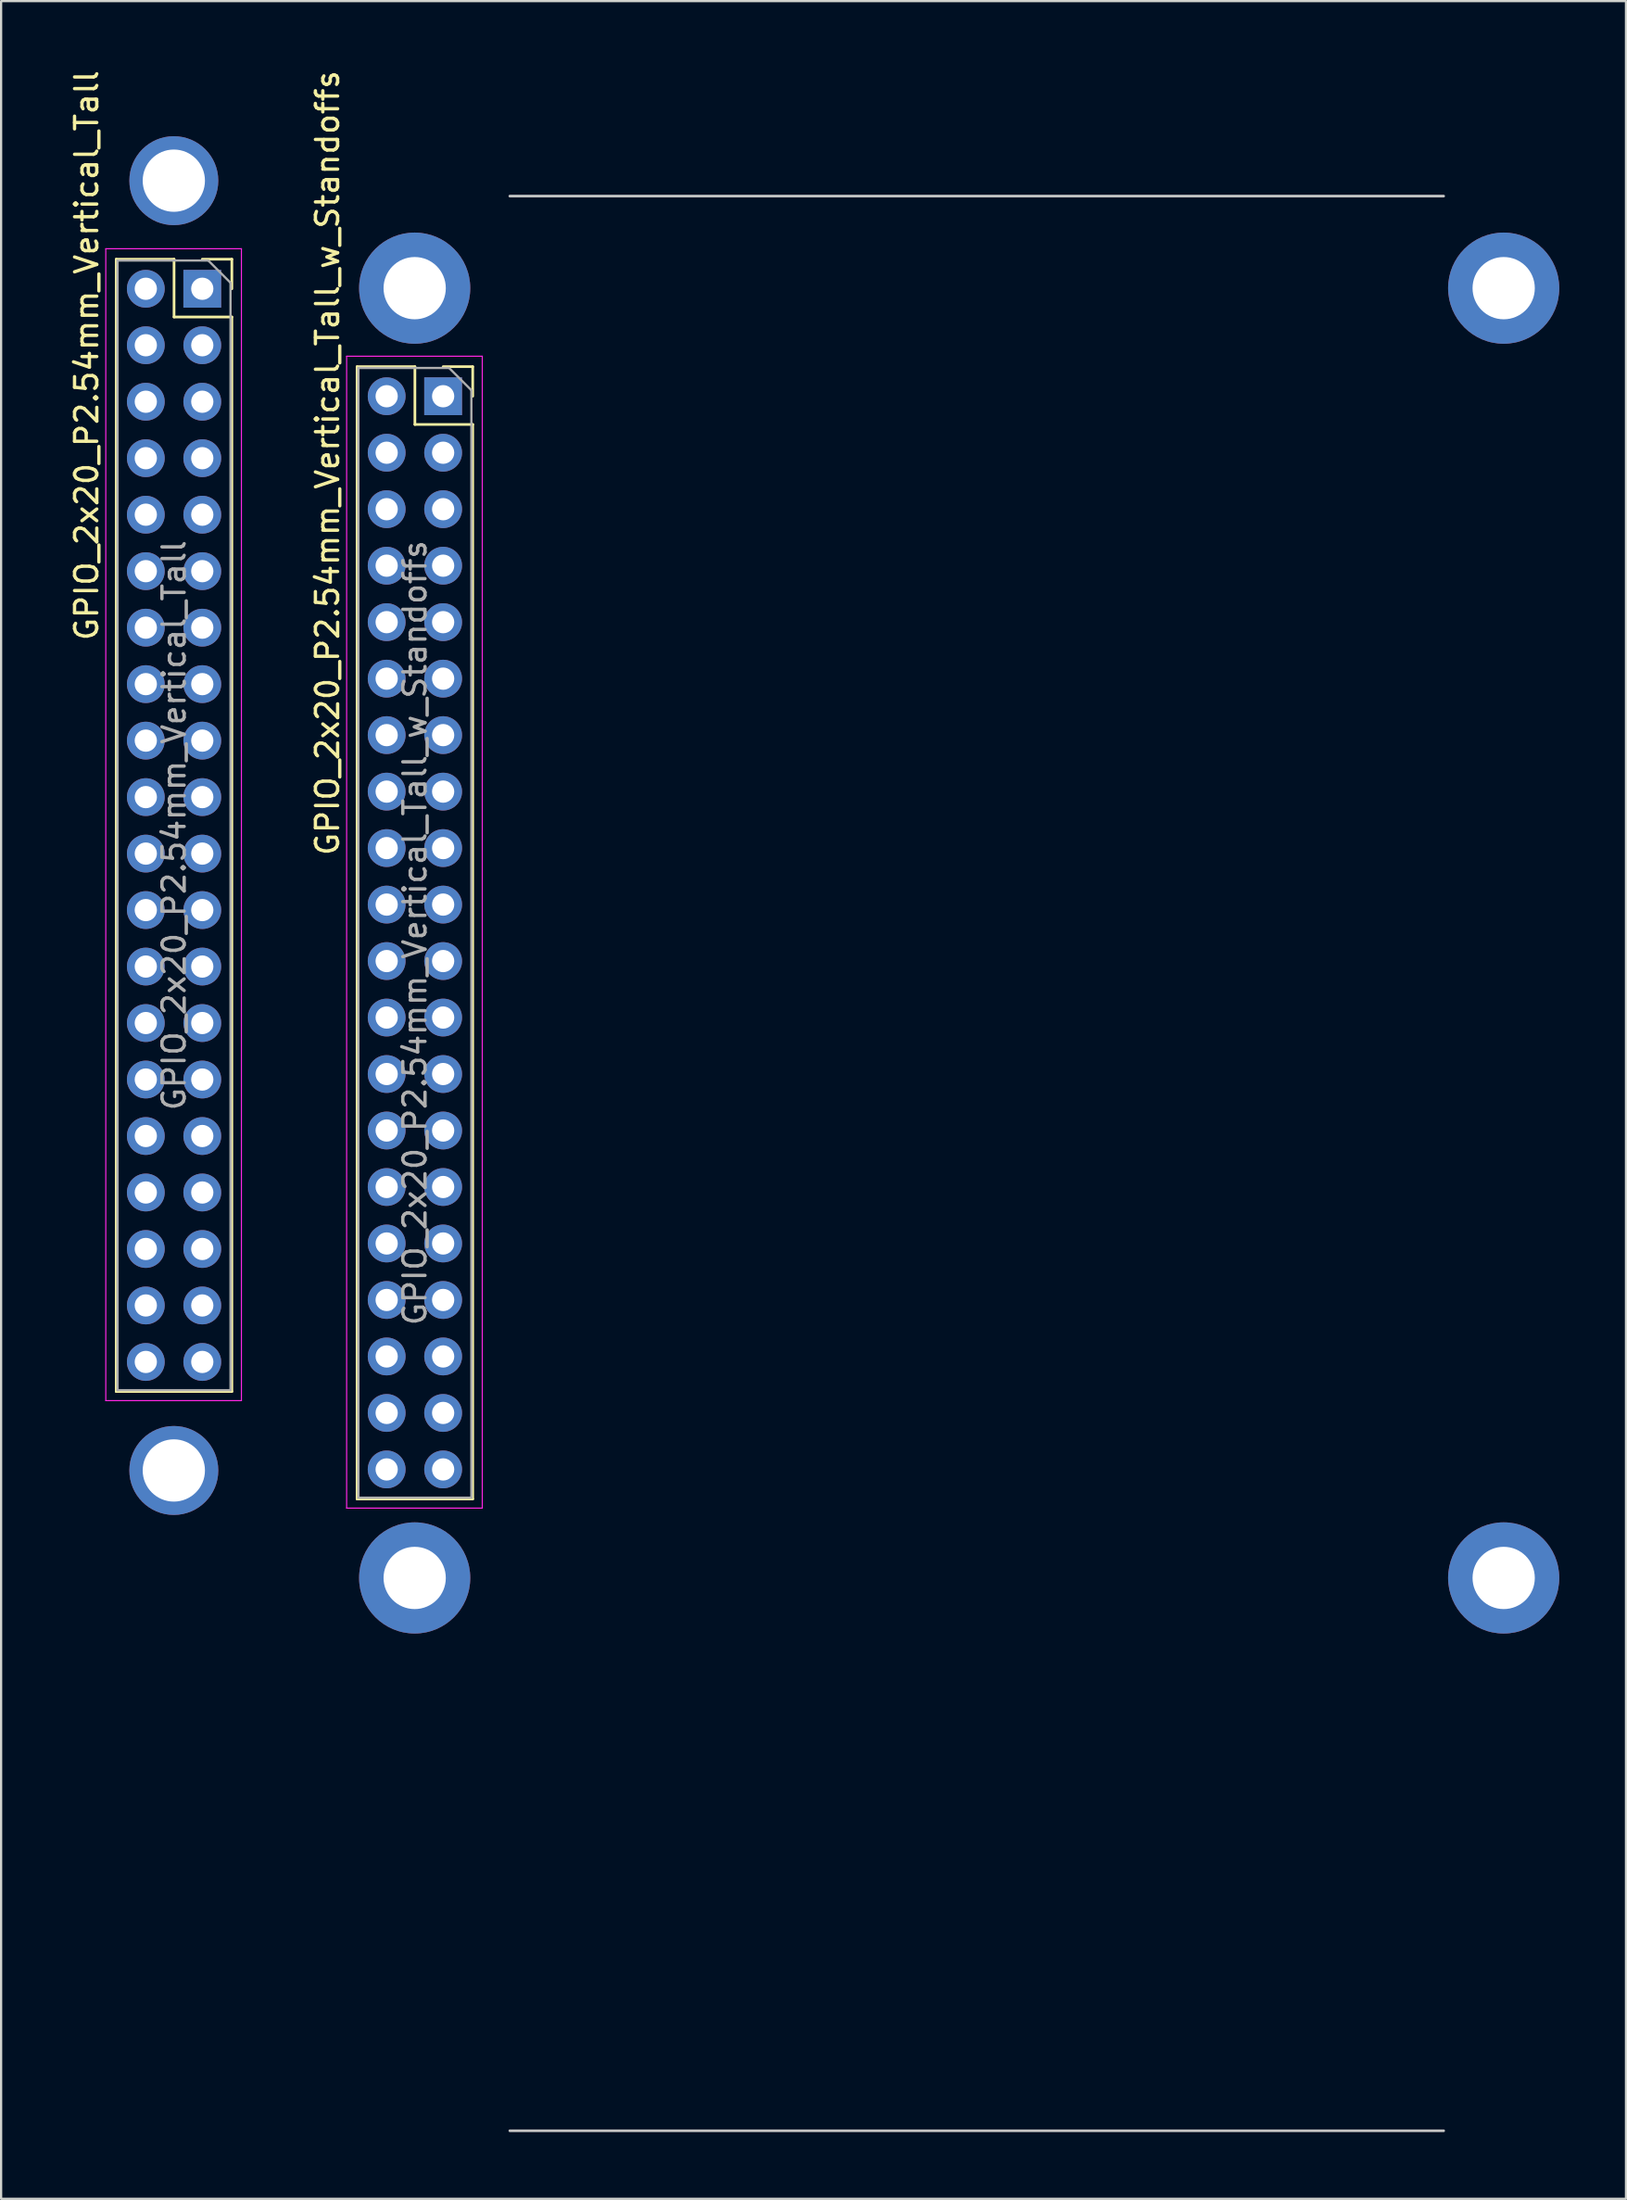
<source format=kicad_pcb>
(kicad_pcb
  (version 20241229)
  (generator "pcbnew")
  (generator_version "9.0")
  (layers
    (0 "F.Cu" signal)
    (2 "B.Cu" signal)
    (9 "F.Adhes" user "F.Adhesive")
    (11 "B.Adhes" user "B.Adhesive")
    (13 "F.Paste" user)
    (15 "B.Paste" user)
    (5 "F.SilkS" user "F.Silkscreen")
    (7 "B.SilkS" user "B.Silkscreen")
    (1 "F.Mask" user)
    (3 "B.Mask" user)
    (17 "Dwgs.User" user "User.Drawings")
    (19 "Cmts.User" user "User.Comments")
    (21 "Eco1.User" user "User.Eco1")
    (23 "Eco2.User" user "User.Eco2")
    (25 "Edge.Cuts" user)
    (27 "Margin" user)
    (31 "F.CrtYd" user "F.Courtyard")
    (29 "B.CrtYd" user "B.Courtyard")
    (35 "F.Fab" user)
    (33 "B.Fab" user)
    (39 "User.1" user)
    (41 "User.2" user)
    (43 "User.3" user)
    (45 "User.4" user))
  (footprint "GPIO_2x20_P2.54mm_Vertical_Tall"
    (layer "F.Cu")
    (at 6.048 9.935)
    (property "Reference" "GPIO_2x20_P2.54mm_Vertical_Tall" (at -5.2 3 90) (layer "F.SilkS") (effects (font (size 1 1) (thickness 0.15))))
    (attr through_hole)
    (fp_line (start -3.87 -1.33) (end -3.87 49.59) (stroke (width 0.12) (type solid)) (layer "F.SilkS"))
    (fp_line (start -3.87 -1.33) (end -1.27 -1.33) (stroke (width 0.12) (type solid)) (layer "F.SilkS"))
    (fp_line (start -3.87 49.59) (end 1.33 49.59) (stroke (width 0.12) (type solid)) (layer "F.SilkS"))
    (fp_line (start -1.27 -1.33) (end -1.27 1.27) (stroke (width 0.12) (type solid)) (layer "F.SilkS"))
    (fp_line (start -1.27 1.27) (end 1.33 1.27) (stroke (width 0.12) (type solid)) (layer "F.SilkS"))
    (fp_line (start 0 -1.33) (end 1.33 -1.33) (stroke (width 0.12) (type solid)) (layer "F.SilkS"))
    (fp_line (start 1.33 -1.33) (end 1.33 0) (stroke (width 0.12) (type solid)) (layer "F.SilkS"))
    (fp_line (start 1.33 1.27) (end 1.33 49.59) (stroke (width 0.12) (type solid)) (layer "F.SilkS"))
    (fp_line (start -4.34 -1.8) (end 1.76 -1.8) (stroke (width 0.05) (type solid)) (layer "F.CrtYd"))
    (fp_line (start -4.34 50) (end -4.34 -1.8) (stroke (width 0.05) (type solid)) (layer "F.CrtYd"))
    (fp_line (start 1.76 -1.8) (end 1.76 50) (stroke (width 0.05) (type solid)) (layer "F.CrtYd"))
    (fp_line (start 1.76 50) (end -4.34 50) (stroke (width 0.05) (type solid)) (layer "F.CrtYd"))
    (fp_line (start -3.81 -1.27) (end 0.27 -1.27) (stroke (width 0.1) (type solid)) (layer "F.Fab"))
    (fp_line (start -3.81 49.53) (end -3.81 -1.27) (stroke (width 0.1) (type solid)) (layer "F.Fab"))
    (fp_line (start 0.27 -1.27) (end 1.27 -0.27) (stroke (width 0.1) (type solid)) (layer "F.Fab"))
    (fp_line (start 1.27 -0.27) (end 1.27 49.53) (stroke (width 0.1) (type solid)) (layer "F.Fab"))
    (fp_line (start 1.27 49.53) (end -3.81 49.53) (stroke (width 0.1) (type solid)) (layer "F.Fab"))
    (fp_text user "${REFERENCE}" (at -1.27 24.13 90) (layer "F.Fab") (effects (font (size 1 1) (thickness 0.15))))
    (pad "" np_thru_hole circle (at -1.28 -4.86) (size 4 4) (drill 2.8) (layers "*.Cu" "*.Mask"))
    (pad "" np_thru_hole circle (at -1.28 53.14) (size 4 4) (drill 2.8) (layers "*.Cu" "*.Mask"))
    (pad "1" thru_hole rect (at 0 0) (size 1.7 1.7) (drill 1) (layers "*.Cu" "*.Mask"))
    (pad "2" thru_hole oval (at -2.54 0) (size 1.7 1.7) (drill 1) (layers "*.Cu" "*.Mask"))
    (pad "3" thru_hole oval (at 0 2.54) (size 1.7 1.7) (drill 1) (layers "*.Cu" "*.Mask"))
    (pad "4" thru_hole oval (at -2.54 2.54) (size 1.7 1.7) (drill 1) (layers "*.Cu" "*.Mask"))
    (pad "5" thru_hole oval (at 0 5.08) (size 1.7 1.7) (drill 1) (layers "*.Cu" "*.Mask"))
    (pad "6" thru_hole oval (at -2.54 5.08) (size 1.7 1.7) (drill 1) (layers "*.Cu" "*.Mask"))
    (pad "7" thru_hole oval (at 0 7.62) (size 1.7 1.7) (drill 1) (layers "*.Cu" "*.Mask"))
    (pad "8" thru_hole oval (at -2.54 7.62) (size 1.7 1.7) (drill 1) (layers "*.Cu" "*.Mask"))
    (pad "9" thru_hole oval (at 0 10.16) (size 1.7 1.7) (drill 1) (layers "*.Cu" "*.Mask"))
    (pad "10" thru_hole oval (at -2.54 10.16) (size 1.7 1.7) (drill 1) (layers "*.Cu" "*.Mask"))
    (pad "11" thru_hole oval (at 0 12.7) (size 1.7 1.7) (drill 1) (layers "*.Cu" "*.Mask"))
    (pad "12" thru_hole oval (at -2.54 12.7) (size 1.7 1.7) (drill 1) (layers "*.Cu" "*.Mask"))
    (pad "13" thru_hole oval (at 0 15.24) (size 1.7 1.7) (drill 1) (layers "*.Cu" "*.Mask"))
    (pad "14" thru_hole oval (at -2.54 15.24) (size 1.7 1.7) (drill 1) (layers "*.Cu" "*.Mask"))
    (pad "15" thru_hole oval (at 0 17.78) (size 1.7 1.7) (drill 1) (layers "*.Cu" "*.Mask"))
    (pad "16" thru_hole oval (at -2.54 17.78) (size 1.7 1.7) (drill 1) (layers "*.Cu" "*.Mask"))
    (pad "17" thru_hole oval (at 0 20.32) (size 1.7 1.7) (drill 1) (layers "*.Cu" "*.Mask"))
    (pad "18" thru_hole oval (at -2.54 20.32) (size 1.7 1.7) (drill 1) (layers "*.Cu" "*.Mask"))
    (pad "19" thru_hole oval (at 0 22.86) (size 1.7 1.7) (drill 1) (layers "*.Cu" "*.Mask"))
    (pad "20" thru_hole oval (at -2.54 22.86) (size 1.7 1.7) (drill 1) (layers "*.Cu" "*.Mask"))
    (pad "21" thru_hole oval (at 0 25.4) (size 1.7 1.7) (drill 1) (layers "*.Cu" "*.Mask"))
    (pad "22" thru_hole oval (at -2.54 25.4) (size 1.7 1.7) (drill 1) (layers "*.Cu" "*.Mask"))
    (pad "23" thru_hole oval (at 0 27.94) (size 1.7 1.7) (drill 1) (layers "*.Cu" "*.Mask"))
    (pad "24" thru_hole oval (at -2.54 27.94) (size 1.7 1.7) (drill 1) (layers "*.Cu" "*.Mask"))
    (pad "25" thru_hole oval (at 0 30.48) (size 1.7 1.7) (drill 1) (layers "*.Cu" "*.Mask"))
    (pad "26" thru_hole oval (at -2.54 30.48) (size 1.7 1.7) (drill 1) (layers "*.Cu" "*.Mask"))
    (pad "27" thru_hole oval (at 0 33.02) (size 1.7 1.7) (drill 1) (layers "*.Cu" "*.Mask"))
    (pad "28" thru_hole oval (at -2.54 33.02) (size 1.7 1.7) (drill 1) (layers "*.Cu" "*.Mask"))
    (pad "29" thru_hole oval (at 0 35.56) (size 1.7 1.7) (drill 1) (layers "*.Cu" "*.Mask"))
    (pad "30" thru_hole oval (at -2.54 35.56) (size 1.7 1.7) (drill 1) (layers "*.Cu" "*.Mask"))
    (pad "31" thru_hole oval (at 0 38.1) (size 1.7 1.7) (drill 1) (layers "*.Cu" "*.Mask"))
    (pad "32" thru_hole oval (at -2.54 38.1) (size 1.7 1.7) (drill 1) (layers "*.Cu" "*.Mask"))
    (pad "33" thru_hole oval (at 0 40.64) (size 1.7 1.7) (drill 1) (layers "*.Cu" "*.Mask"))
    (pad "34" thru_hole oval (at -2.54 40.64) (size 1.7 1.7) (drill 1) (layers "*.Cu" "*.Mask"))
    (pad "35" thru_hole oval (at 0 43.18) (size 1.7 1.7) (drill 1) (layers "*.Cu" "*.Mask"))
    (pad "36" thru_hole oval (at -2.54 43.18) (size 1.7 1.7) (drill 1) (layers "*.Cu" "*.Mask"))
    (pad "37" thru_hole oval (at 0 45.72) (size 1.7 1.7) (drill 1) (layers "*.Cu" "*.Mask"))
    (pad "38" thru_hole oval (at -2.54 45.72) (size 1.7 1.7) (drill 1) (layers "*.Cu" "*.Mask"))
    (pad "39" thru_hole oval (at 0 48.26) (size 1.7 1.7) (drill 1) (layers "*.Cu" "*.Mask"))
    (pad "40" thru_hole oval (at -2.54 48.26) (size 1.7 1.7) (drill 1) (layers "*.Cu" "*.Mask")))
  (footprint "GPIO_2x20_P2.54mm_Vertical_Tall_w_Standoffs"
    (layer "F.Cu")
    (at 16.881 14.768)
    (property "Reference" "GPIO_2x20_P2.54mm_Vertical_Tall_w_Standoffs" (at -5.2 3 90) (layer "F.SilkS") (effects (font (size 1 1) (thickness 0.15))))
    (attr through_hole)
    (fp_line (start -3.87 -1.33) (end -3.87 49.59) (stroke (width 0.12) (type solid)) (layer "F.SilkS"))
    (fp_line (start -3.87 -1.33) (end -1.27 -1.33) (stroke (width 0.12) (type solid)) (layer "F.SilkS"))
    (fp_line (start -3.87 49.59) (end 1.33 49.59) (stroke (width 0.12) (type solid)) (layer "F.SilkS"))
    (fp_line (start -1.27 -1.33) (end -1.27 1.27) (stroke (width 0.12) (type solid)) (layer "F.SilkS"))
    (fp_line (start -1.27 1.27) (end 1.33 1.27) (stroke (width 0.12) (type solid)) (layer "F.SilkS"))
    (fp_line (start 0 -1.33) (end 1.33 -1.33) (stroke (width 0.12) (type solid)) (layer "F.SilkS"))
    (fp_line (start 1.33 -1.33) (end 1.33 0) (stroke (width 0.12) (type solid)) (layer "F.SilkS"))
    (fp_line (start 1.33 1.27) (end 1.33 49.59) (stroke (width 0.12) (type solid)) (layer "F.SilkS"))
    (fp_line (start 3 -9) (end 45 -9) (stroke (width 0.12) (type default)) (layer "Dwgs.User"))
    (fp_line (start 3 78) (end 45 78) (stroke (width 0.12) (type default)) (layer "Dwgs.User"))
    (fp_line (start -4.34 -1.8) (end 1.76 -1.8) (stroke (width 0.05) (type solid)) (layer "F.CrtYd"))
    (fp_line (start -4.34 50) (end -4.34 -1.8) (stroke (width 0.05) (type solid)) (layer "F.CrtYd"))
    (fp_line (start 1.76 -1.8) (end 1.76 50) (stroke (width 0.05) (type solid)) (layer "F.CrtYd"))
    (fp_line (start 1.76 50) (end -4.34 50) (stroke (width 0.05) (type solid)) (layer "F.CrtYd"))
    (fp_line (start -3.81 -1.27) (end 0.27 -1.27) (stroke (width 0.1) (type solid)) (layer "F.Fab"))
    (fp_line (start -3.81 49.53) (end -3.81 -1.27) (stroke (width 0.1) (type solid)) (layer "F.Fab"))
    (fp_line (start 0.27 -1.27) (end 1.27 -0.27) (stroke (width 0.1) (type solid)) (layer "F.Fab"))
    (fp_line (start 1.27 -0.27) (end 1.27 49.53) (stroke (width 0.1) (type solid)) (layer "F.Fab"))
    (fp_line (start 1.27 49.53) (end -3.81 49.53) (stroke (width 0.1) (type solid)) (layer "F.Fab"))
    (fp_text user "${REFERENCE}" (at -1.27 24.13 90) (layer "F.Fab") (effects (font (size 1 1) (thickness 0.15))))
    (pad "" np_thru_hole circle (at -1.28 -4.86) (size 5 5) (drill 2.8) (layers "*.Cu" "*.Mask"))
    (pad "" np_thru_hole circle (at -1.28 53.14) (size 5 5) (drill 2.8) (layers "*.Cu" "*.Mask"))
    (pad "" np_thru_hole circle (at 47.7 -4.86) (size 5 5) (drill 2.8) (layers "*.Cu" "*.Mask"))
    (pad "" np_thru_hole circle (at 47.7 53.14) (size 5 5) (drill 2.8) (layers "*.Cu" "*.Mask"))
    (pad "1" thru_hole rect (at 0 0) (size 1.7 1.7) (drill 1) (layers "*.Cu" "*.Mask"))
    (pad "2" thru_hole oval (at -2.54 0) (size 1.7 1.7) (drill 1) (layers "*.Cu" "*.Mask"))
    (pad "3" thru_hole oval (at 0 2.54) (size 1.7 1.7) (drill 1) (layers "*.Cu" "*.Mask"))
    (pad "4" thru_hole oval (at -2.54 2.54) (size 1.7 1.7) (drill 1) (layers "*.Cu" "*.Mask"))
    (pad "5" thru_hole oval (at 0 5.08) (size 1.7 1.7) (drill 1) (layers "*.Cu" "*.Mask"))
    (pad "6" thru_hole oval (at -2.54 5.08) (size 1.7 1.7) (drill 1) (layers "*.Cu" "*.Mask"))
    (pad "7" thru_hole oval (at 0 7.62) (size 1.7 1.7) (drill 1) (layers "*.Cu" "*.Mask"))
    (pad "8" thru_hole oval (at -2.54 7.62) (size 1.7 1.7) (drill 1) (layers "*.Cu" "*.Mask"))
    (pad "9" thru_hole oval (at 0 10.16) (size 1.7 1.7) (drill 1) (layers "*.Cu" "*.Mask"))
    (pad "10" thru_hole oval (at -2.54 10.16) (size 1.7 1.7) (drill 1) (layers "*.Cu" "*.Mask"))
    (pad "11" thru_hole oval (at 0 12.7) (size 1.7 1.7) (drill 1) (layers "*.Cu" "*.Mask"))
    (pad "12" thru_hole oval (at -2.54 12.7) (size 1.7 1.7) (drill 1) (layers "*.Cu" "*.Mask"))
    (pad "13" thru_hole oval (at 0 15.24) (size 1.7 1.7) (drill 1) (layers "*.Cu" "*.Mask"))
    (pad "14" thru_hole oval (at -2.54 15.24) (size 1.7 1.7) (drill 1) (layers "*.Cu" "*.Mask"))
    (pad "15" thru_hole oval (at 0 17.78) (size 1.7 1.7) (drill 1) (layers "*.Cu" "*.Mask"))
    (pad "16" thru_hole oval (at -2.54 17.78) (size 1.7 1.7) (drill 1) (layers "*.Cu" "*.Mask"))
    (pad "17" thru_hole oval (at 0 20.32) (size 1.7 1.7) (drill 1) (layers "*.Cu" "*.Mask"))
    (pad "18" thru_hole oval (at -2.54 20.32) (size 1.7 1.7) (drill 1) (layers "*.Cu" "*.Mask"))
    (pad "19" thru_hole oval (at 0 22.86) (size 1.7 1.7) (drill 1) (layers "*.Cu" "*.Mask"))
    (pad "20" thru_hole oval (at -2.54 22.86) (size 1.7 1.7) (drill 1) (layers "*.Cu" "*.Mask"))
    (pad "21" thru_hole oval (at 0 25.4) (size 1.7 1.7) (drill 1) (layers "*.Cu" "*.Mask"))
    (pad "22" thru_hole oval (at -2.54 25.4) (size 1.7 1.7) (drill 1) (layers "*.Cu" "*.Mask"))
    (pad "23" thru_hole oval (at 0 27.94) (size 1.7 1.7) (drill 1) (layers "*.Cu" "*.Mask"))
    (pad "24" thru_hole oval (at -2.54 27.94) (size 1.7 1.7) (drill 1) (layers "*.Cu" "*.Mask"))
    (pad "25" thru_hole oval (at 0 30.48) (size 1.7 1.7) (drill 1) (layers "*.Cu" "*.Mask"))
    (pad "26" thru_hole oval (at -2.54 30.48) (size 1.7 1.7) (drill 1) (layers "*.Cu" "*.Mask"))
    (pad "27" thru_hole oval (at 0 33.02) (size 1.7 1.7) (drill 1) (layers "*.Cu" "*.Mask"))
    (pad "28" thru_hole oval (at -2.54 33.02) (size 1.7 1.7) (drill 1) (layers "*.Cu" "*.Mask"))
    (pad "29" thru_hole oval (at 0 35.56) (size 1.7 1.7) (drill 1) (layers "*.Cu" "*.Mask"))
    (pad "30" thru_hole oval (at -2.54 35.56) (size 1.7 1.7) (drill 1) (layers "*.Cu" "*.Mask"))
    (pad "31" thru_hole oval (at 0 38.1) (size 1.7 1.7) (drill 1) (layers "*.Cu" "*.Mask"))
    (pad "32" thru_hole oval (at -2.54 38.1) (size 1.7 1.7) (drill 1) (layers "*.Cu" "*.Mask"))
    (pad "33" thru_hole oval (at 0 40.64) (size 1.7 1.7) (drill 1) (layers "*.Cu" "*.Mask"))
    (pad "34" thru_hole oval (at -2.54 40.64) (size 1.7 1.7) (drill 1) (layers "*.Cu" "*.Mask"))
    (pad "35" thru_hole oval (at 0 43.18) (size 1.7 1.7) (drill 1) (layers "*.Cu" "*.Mask"))
    (pad "36" thru_hole oval (at -2.54 43.18) (size 1.7 1.7) (drill 1) (layers "*.Cu" "*.Mask"))
    (pad "37" thru_hole oval (at 0 45.72) (size 1.7 1.7) (drill 1) (layers "*.Cu" "*.Mask"))
    (pad "38" thru_hole oval (at -2.54 45.72) (size 1.7 1.7) (drill 1) (layers "*.Cu" "*.Mask"))
    (pad "39" thru_hole oval (at 0 48.26) (size 1.7 1.7) (drill 1) (layers "*.Cu" "*.Mask"))
    (pad "40" thru_hole oval (at -2.54 48.26) (size 1.7 1.7) (drill 1) (layers "*.Cu" "*.Mask")))
  (gr_rect
    (start -3 -3)
    (end 70.082 95.828)
    (stroke (width 0.1) (type default))
    (fill no)
    (layer "Edge.Cuts")))
</source>
